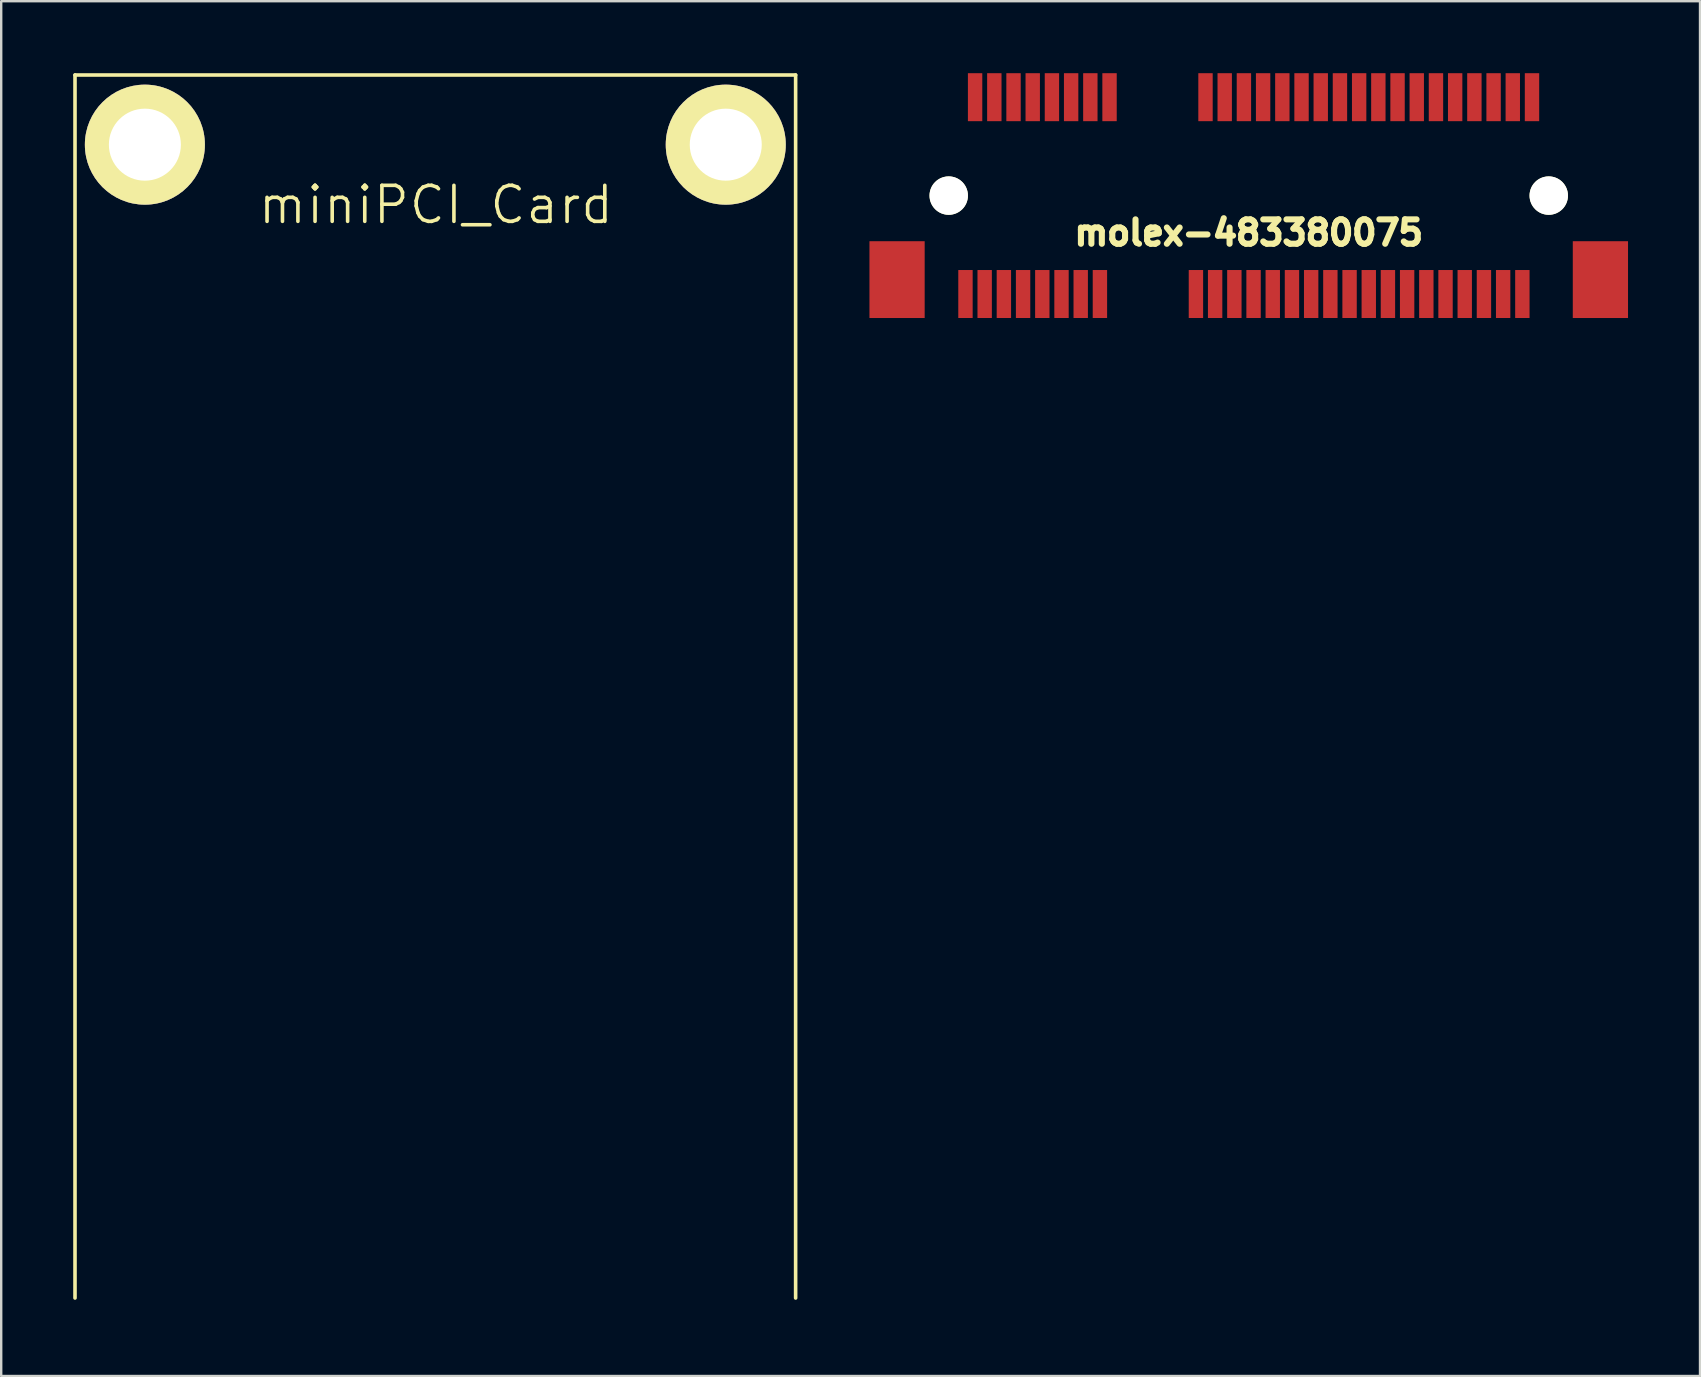
<source format=kicad_pcb>
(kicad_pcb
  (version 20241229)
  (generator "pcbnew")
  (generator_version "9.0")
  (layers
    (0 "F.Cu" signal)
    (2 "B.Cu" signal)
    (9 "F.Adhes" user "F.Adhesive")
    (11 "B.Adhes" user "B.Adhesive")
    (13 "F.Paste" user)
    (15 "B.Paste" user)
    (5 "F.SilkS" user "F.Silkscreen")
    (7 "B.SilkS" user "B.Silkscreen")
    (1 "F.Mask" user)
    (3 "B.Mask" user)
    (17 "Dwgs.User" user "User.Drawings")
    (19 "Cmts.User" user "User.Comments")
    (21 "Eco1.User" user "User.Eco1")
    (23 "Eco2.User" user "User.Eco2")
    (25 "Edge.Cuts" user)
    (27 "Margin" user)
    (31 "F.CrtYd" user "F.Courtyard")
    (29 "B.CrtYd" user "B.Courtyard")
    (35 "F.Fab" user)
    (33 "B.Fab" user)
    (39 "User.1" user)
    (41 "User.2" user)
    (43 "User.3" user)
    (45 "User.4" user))
  (footprint "miniPCI_Card"
    (layer "F.Cu")
    (at 15.086 51.027)
    (property "Reference" "miniPCI_Card" (at 0.025 -45.542 0) (layer "F.SilkS") (effects (font (size 1.5 1.5) (thickness 0.15))))
    (attr through_hole)
    (fp_line (start -15.011 -50.952) (end -15.011 0) (stroke (width 0.15) (type solid)) (layer "F.SilkS"))
    (fp_line (start -15.011 -50.952) (end 15.011 -50.952) (stroke (width 0.15) (type solid)) (layer "F.SilkS"))
    (fp_line (start 15.011 -50.952) (end 15.011 0) (stroke (width 0.15) (type solid)) (layer "F.SilkS"))
    (pad "" np_thru_hole circle (at -12.1 -48.05) (size 5 5) (drill 3) (layers "*.Cu" "*.Mask" "F.SilkS"))
    (pad "" np_thru_hole circle (at 12.1 -48.05) (size 5 5) (drill 3) (layers "*.Cu" "*.Mask" "F.SilkS")))
  (footprint "molex-483380075"
    (layer "F.Cu")
    (at 48.974 5.099)
    (property "Reference" "molex-483380075" (at 0 1.549 0) (layer "F.SilkS") (effects (font (size 1.016 1.016) (thickness 0.254))))
    (attr through_hole)
    (pad "" np_thru_hole circle (at -12.499 0) (size 1.6 1.6) (drill 1.6) (layers "*.Cu" "*.Mask" "F.SilkS"))
    (pad "" np_thru_hole circle (at 12.499 0) (size 1.6 1.6) (drill 1.6) (layers "*.Cu" "*.Mask" "F.SilkS"))
    (pad "0" smd rect (at -14.651 3.5) (size 2.301 3.2) (layers "F.Cu" "F.Mask" "F.Paste"))
    (pad "0" smd rect (at 14.651 3.5) (size 2.301 3.2) (layers "F.Cu" "F.Mask" "F.Paste"))
    (pad "1" smd rect (at -11.801 4.1) (size 0.599 1.999) (layers "F.Cu" "F.Mask" "F.Paste"))
    (pad "2" smd rect (at -11.4 -4.1) (size 0.599 1.999) (layers "F.Cu" "F.Mask" "F.Paste"))
    (pad "3" smd rect (at -11.001 4.1) (size 0.599 1.999) (layers "F.Cu" "F.Mask" "F.Paste"))
    (pad "4" smd rect (at -10.599 -4.1) (size 0.599 1.999) (layers "F.Cu" "F.Mask" "F.Paste"))
    (pad "5" smd rect (at -10.201 4.1) (size 0.599 1.999) (layers "F.Cu" "F.Mask" "F.Paste"))
    (pad "6" smd rect (at -9.799 -4.1) (size 0.599 1.999) (layers "F.Cu" "F.Mask" "F.Paste"))
    (pad "7" smd rect (at -9.401 4.1) (size 0.599 1.999) (layers "F.Cu" "F.Mask" "F.Paste"))
    (pad "8" smd rect (at -8.999 -4.1) (size 0.599 1.999) (layers "F.Cu" "F.Mask" "F.Paste"))
    (pad "9" smd rect (at -8.6 4.1) (size 0.599 1.999) (layers "F.Cu" "F.Mask" "F.Paste"))
    (pad "10" smd rect (at -8.199 -4.1) (size 0.599 1.999) (layers "F.Cu" "F.Mask" "F.Paste"))
    (pad "11" smd rect (at -7.8 4.1) (size 0.599 1.999) (layers "F.Cu" "F.Mask" "F.Paste"))
    (pad "12" smd rect (at -7.399 -4.1) (size 0.599 1.999) (layers "F.Cu" "F.Mask" "F.Paste"))
    (pad "13" smd rect (at -7 4.1) (size 0.599 1.999) (layers "F.Cu" "F.Mask" "F.Paste"))
    (pad "14" smd rect (at -6.599 -4.1) (size 0.599 1.999) (layers "F.Cu" "F.Mask" "F.Paste"))
    (pad "15" smd rect (at -6.2 4.1) (size 0.599 1.999) (layers "F.Cu" "F.Mask" "F.Paste"))
    (pad "16" smd rect (at -5.799 -4.1) (size 0.599 1.999) (layers "F.Cu" "F.Mask" "F.Paste"))
    (pad "17" smd rect (at -2.2 4.1) (size 0.599 1.999) (layers "F.Cu" "F.Mask" "F.Paste"))
    (pad "18" smd rect (at -1.801 -4.1) (size 0.599 1.999) (layers "F.Cu" "F.Mask" "F.Paste"))
    (pad "19" smd rect (at -1.4 4.1) (size 0.599 1.999) (layers "F.Cu" "F.Mask" "F.Paste"))
    (pad "20" smd rect (at -1.001 -4.1) (size 0.599 1.999) (layers "F.Cu" "F.Mask" "F.Paste"))
    (pad "21" smd rect (at -0.599 4.1) (size 0.599 1.999) (layers "F.Cu" "F.Mask" "F.Paste"))
    (pad "22" smd rect (at -0.201 -4.1) (size 0.599 1.999) (layers "F.Cu" "F.Mask" "F.Paste"))
    (pad "23" smd rect (at 0.201 4.1) (size 0.599 1.999) (layers "F.Cu" "F.Mask" "F.Paste"))
    (pad "24" smd rect (at 0.599 -4.1) (size 0.599 1.999) (layers "F.Cu" "F.Mask" "F.Paste"))
    (pad "25" smd rect (at 1.001 4.1) (size 0.599 1.999) (layers "F.Cu" "F.Mask" "F.Paste"))
    (pad "26" smd rect (at 1.4 -4.1) (size 0.599 1.999) (layers "F.Cu" "F.Mask" "F.Paste"))
    (pad "27" smd rect (at 1.801 4.1) (size 0.599 1.999) (layers "F.Cu" "F.Mask" "F.Paste"))
    (pad "28" smd rect (at 2.2 -4.1) (size 0.599 1.999) (layers "F.Cu" "F.Mask" "F.Paste"))
    (pad "29" smd rect (at 2.601 4.1) (size 0.599 1.999) (layers "F.Cu" "F.Mask" "F.Paste"))
    (pad "30" smd rect (at 3 -4.1) (size 0.599 1.999) (layers "F.Cu" "F.Mask" "F.Paste"))
    (pad "31" smd rect (at 3.401 4.1) (size 0.599 1.999) (layers "F.Cu" "F.Mask" "F.Paste"))
    (pad "32" smd rect (at 3.8 -4.1) (size 0.599 1.999) (layers "F.Cu" "F.Mask" "F.Paste"))
    (pad "33" smd rect (at 4.201 4.1) (size 0.599 1.999) (layers "F.Cu" "F.Mask" "F.Paste"))
    (pad "34" smd rect (at 4.6 -4.1) (size 0.599 1.999) (layers "F.Cu" "F.Mask" "F.Paste"))
    (pad "35" smd rect (at 5.001 4.1) (size 0.599 1.999) (layers "F.Cu" "F.Mask" "F.Paste"))
    (pad "36" smd rect (at 5.4 -4.1) (size 0.599 1.999) (layers "F.Cu" "F.Mask" "F.Paste"))
    (pad "37" smd rect (at 5.799 4.1) (size 0.599 1.999) (layers "F.Cu" "F.Mask" "F.Paste"))
    (pad "38" smd rect (at 6.2 -4.1) (size 0.599 1.999) (layers "F.Cu" "F.Mask" "F.Paste"))
    (pad "39" smd rect (at 6.599 4.1) (size 0.599 1.999) (layers "F.Cu" "F.Mask" "F.Paste"))
    (pad "40" smd rect (at 7 -4.1) (size 0.599 1.999) (layers "F.Cu" "F.Mask" "F.Paste"))
    (pad "41" smd rect (at 7.399 4.1) (size 0.599 1.999) (layers "F.Cu" "F.Mask" "F.Paste"))
    (pad "42" smd rect (at 7.8 -4.1) (size 0.599 1.999) (layers "F.Cu" "F.Mask" "F.Paste"))
    (pad "43" smd rect (at 8.199 4.1) (size 0.599 1.999) (layers "F.Cu" "F.Mask" "F.Paste"))
    (pad "44" smd rect (at 8.6 -4.1) (size 0.599 1.999) (layers "F.Cu" "F.Mask" "F.Paste"))
    (pad "45" smd rect (at 8.999 4.1) (size 0.599 1.999) (layers "F.Cu" "F.Mask" "F.Paste"))
    (pad "46" smd rect (at 9.401 -4.1) (size 0.599 1.999) (layers "F.Cu" "F.Mask" "F.Paste"))
    (pad "47" smd rect (at 9.799 4.1) (size 0.599 1.999) (layers "F.Cu" "F.Mask" "F.Paste"))
    (pad "48" smd rect (at 10.201 -4.1) (size 0.599 1.999) (layers "F.Cu" "F.Mask" "F.Paste"))
    (pad "49" smd rect (at 10.599 4.1) (size 0.599 1.999) (layers "F.Cu" "F.Mask" "F.Paste"))
    (pad "50" smd rect (at 11.001 -4.1) (size 0.599 1.999) (layers "F.Cu" "F.Mask" "F.Paste"))
    (pad "51" smd rect (at 11.4 4.1) (size 0.599 1.999) (layers "F.Cu" "F.Mask" "F.Paste"))
    (pad "52" smd rect (at 11.801 -4.1) (size 0.599 1.999) (layers "F.Cu" "F.Mask" "F.Paste")))
  (gr_rect
    (start -3 -3)
    (end 67.775 54.277)
    (stroke (width 0.1) (type default))
    (fill no)
    (layer "Edge.Cuts")))
</source>
